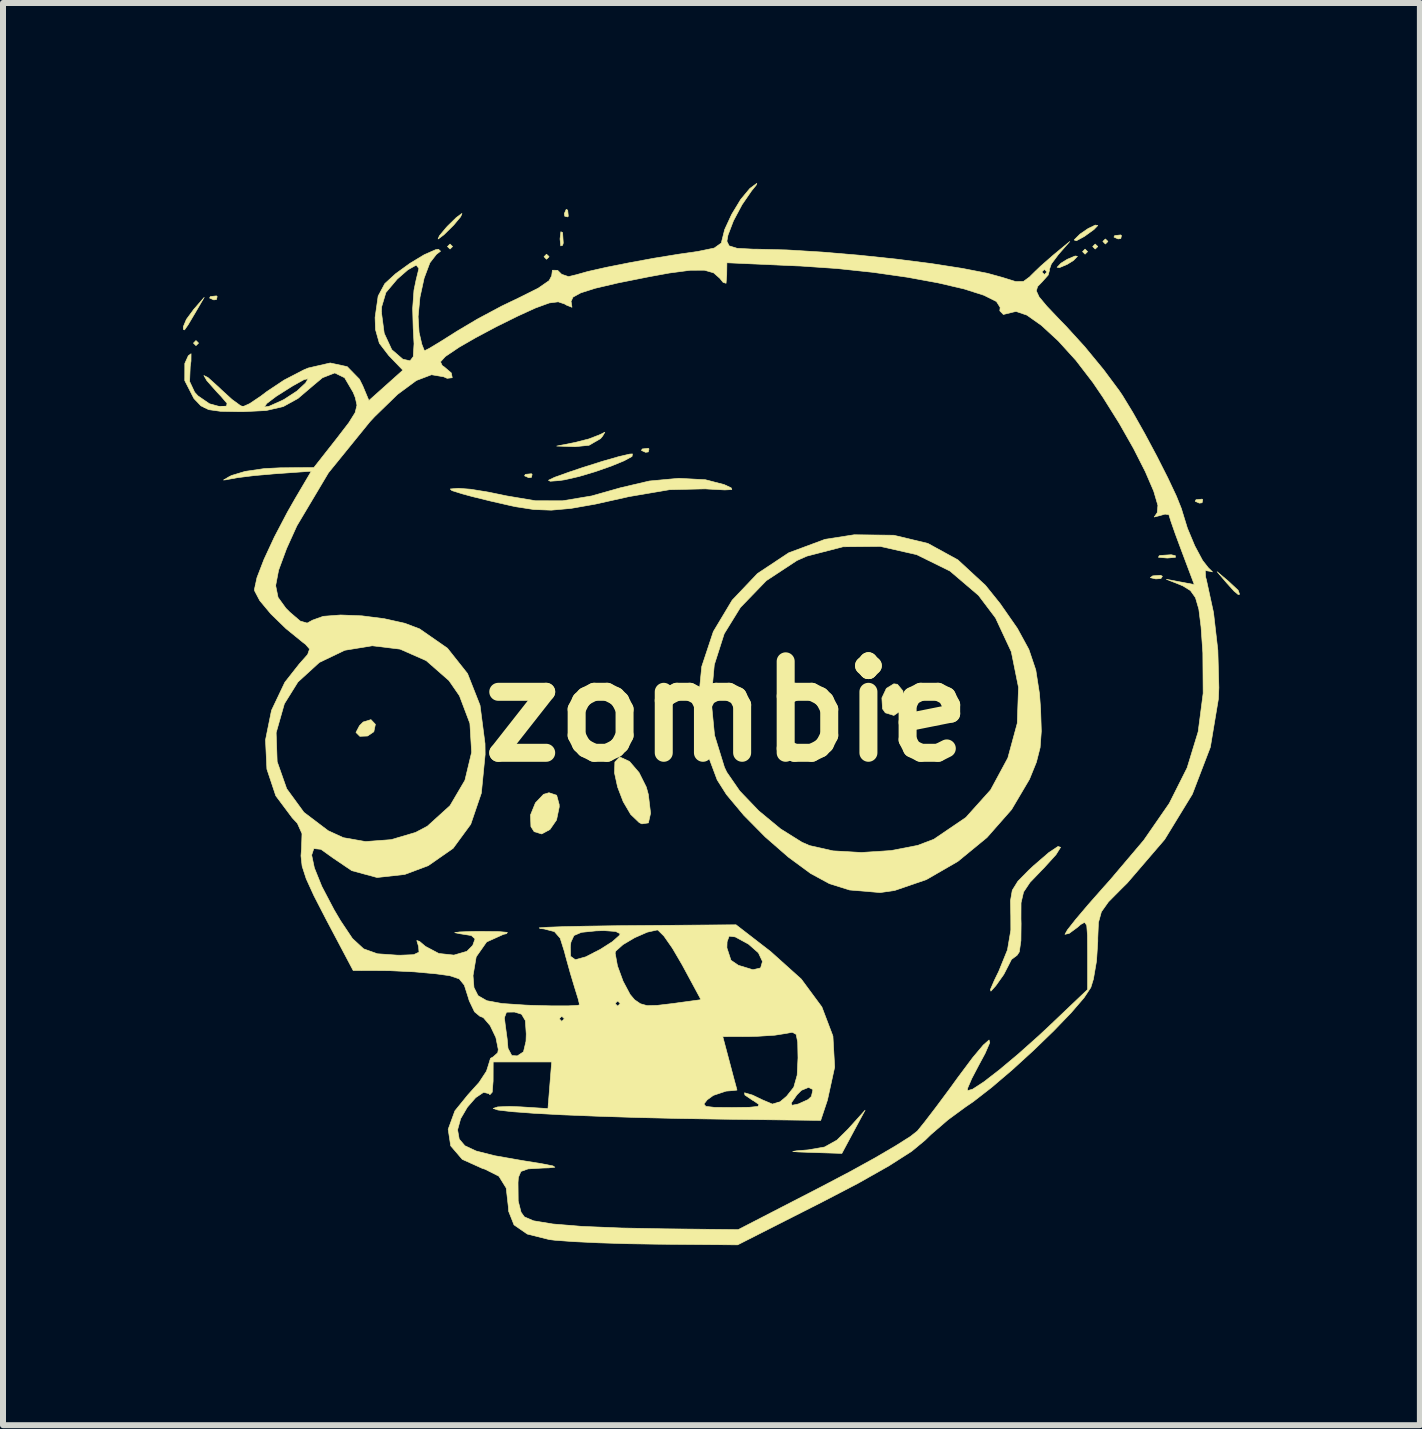
<source format=kicad_pcb>
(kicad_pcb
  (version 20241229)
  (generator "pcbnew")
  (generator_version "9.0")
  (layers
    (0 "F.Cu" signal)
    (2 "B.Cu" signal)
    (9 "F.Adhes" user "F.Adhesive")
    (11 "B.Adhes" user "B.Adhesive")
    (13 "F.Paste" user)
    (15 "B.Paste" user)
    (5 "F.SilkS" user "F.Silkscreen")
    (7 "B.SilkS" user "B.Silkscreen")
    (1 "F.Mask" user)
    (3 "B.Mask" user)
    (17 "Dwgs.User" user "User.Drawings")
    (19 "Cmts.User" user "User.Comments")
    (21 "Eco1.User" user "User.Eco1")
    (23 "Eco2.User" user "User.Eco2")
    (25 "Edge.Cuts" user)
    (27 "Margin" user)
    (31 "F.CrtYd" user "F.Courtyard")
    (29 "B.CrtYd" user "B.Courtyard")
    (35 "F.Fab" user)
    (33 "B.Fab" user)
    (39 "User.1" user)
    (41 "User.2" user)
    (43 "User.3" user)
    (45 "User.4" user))
  (footprint "zombie"
    (layer "F.Cu")
    (at 9.064 8.806)
    (property "Reference" "zombie" (at 0 0 0) (layer "F.SilkS") (effects (font (size 1.524 1.524) (thickness 0.3))))
    (attr through_hole)
    (fp_poly (pts (xy -8.805 -6.138) (xy -8.848 -6.096) (xy -8.89 -6.138) (xy -8.848 -6.181) (xy -8.805 -6.138)) (stroke (width 0.01) (type solid)) (fill yes) (layer "F.SilkS"))
    (fp_poly (pts (xy -4.572 -7.747) (xy -4.614 -7.705) (xy -4.657 -7.747) (xy -4.614 -7.789) (xy -4.572 -7.747)) (stroke (width 0.01) (type solid)) (fill yes) (layer "F.SilkS"))
    (fp_poly (pts (xy -2.963 -7.578) (xy -3.006 -7.535) (xy -3.048 -7.578) (xy -3.006 -7.62) (xy -2.963 -7.578)) (stroke (width 0.01) (type solid)) (fill yes) (layer "F.SilkS"))
    (fp_poly (pts (xy 6.011 -7.662) (xy 5.969 -7.62) (xy 5.927 -7.662) (xy 5.969 -7.705) (xy 6.011 -7.662)) (stroke (width 0.01) (type solid)) (fill yes) (layer "F.SilkS"))
    (fp_poly (pts (xy 6.181 -7.747) (xy 6.138 -7.705) (xy 6.096 -7.747) (xy 6.138 -7.789) (xy 6.181 -7.747)) (stroke (width 0.01) (type solid)) (fill yes) (layer "F.SilkS"))
    (fp_poly (pts (xy 6.35 -7.832) (xy 6.308 -7.789) (xy 6.265 -7.832) (xy 6.308 -7.874) (xy 6.35 -7.832)) (stroke (width 0.01) (type solid)) (fill yes) (layer "F.SilkS"))
    (fp_poly (pts (xy -8.495 -6.914) (xy -8.507 -6.864) (xy -8.551 -6.858) (xy -8.621 -6.889) (xy -8.608 -6.914) (xy -8.507 -6.925) (xy -8.495 -6.914)) (stroke (width 0.01) (type solid)) (fill yes) (layer "F.SilkS"))
    (fp_poly (pts (xy -3.246 -3.951) (xy -3.257 -3.901) (xy -3.302 -3.895) (xy -3.372 -3.926) (xy -3.358 -3.951) (xy -3.258 -3.961) (xy -3.246 -3.951)) (stroke (width 0.01) (type solid)) (fill yes) (layer "F.SilkS"))
    (fp_poly (pts (xy -2.738 -7.98) (xy -2.727 -7.806) (xy -2.738 -7.768) (xy -2.769 -7.758) (xy -2.781 -7.874) (xy -2.767 -7.994) (xy -2.738 -7.98)) (stroke (width 0.01) (type solid)) (fill yes) (layer "F.SilkS"))
    (fp_poly (pts (xy -2.653 -8.354) (xy -2.643 -8.253) (xy -2.653 -8.241) (xy -2.703 -8.253) (xy -2.709 -8.297) (xy -2.678 -8.367) (xy -2.653 -8.354)) (stroke (width 0.01) (type solid)) (fill yes) (layer "F.SilkS"))
    (fp_poly (pts (xy -1.298 -4.374) (xy -1.31 -4.324) (xy -1.355 -4.318) (xy -1.424 -4.349) (xy -1.411 -4.374) (xy -1.311 -4.385) (xy -1.298 -4.374)) (stroke (width 0.01) (type solid)) (fill yes) (layer "F.SilkS"))
    (fp_poly (pts (xy 6.576 -7.93) (xy 6.564 -7.88) (xy 6.519 -7.874) (xy 6.45 -7.905) (xy 6.463 -7.93) (xy 6.563 -7.941) (xy 6.576 -7.93)) (stroke (width 0.01) (type solid)) (fill yes) (layer "F.SilkS"))
    (fp_poly (pts (xy 7.258 -2.252) (xy 7.233 -2.214) (xy 7.147 -2.208) (xy 7.057 -2.229) (xy 7.096 -2.259) (xy 7.228 -2.269) (xy 7.258 -2.252)) (stroke (width 0.01) (type solid)) (fill yes) (layer "F.SilkS"))
    (fp_poly (pts (xy 7.93 -3.528) (xy 7.919 -3.477) (xy 7.874 -3.471) (xy 7.804 -3.502) (xy 7.818 -3.528) (xy 7.918 -3.538) (xy 7.93 -3.528)) (stroke (width 0.01) (type solid)) (fill yes) (layer "F.SilkS"))
    (fp_poly (pts (xy 8.361 -2.167) (xy 8.521 -2.017) (xy 8.544 -1.952) (xy 8.522 -1.947) (xy 8.453 -2.004) (xy 8.332 -2.138) (xy 8.17 -2.328) (xy 8.361 -2.167)) (stroke (width 0.01) (type solid)) (fill yes) (layer "F.SilkS"))
    (fp_poly (pts (xy -8.859 -6.646) (xy -8.98 -6.442) (xy -9.039 -6.358) (xy -9.058 -6.366) (xy -9.059 -6.411) (xy -9.008 -6.533) (xy -8.885 -6.7) (xy -8.711 -6.9) (xy -8.859 -6.646)) (stroke (width 0.01) (type solid)) (fill yes) (layer "F.SilkS"))
    (fp_poly (pts (xy 5.842 -7.584) (xy 5.777 -7.516) (xy 5.673 -7.451) (xy 5.542 -7.396) (xy 5.503 -7.402) (xy 5.568 -7.47) (xy 5.673 -7.535) (xy 5.804 -7.59) (xy 5.842 -7.584)) (stroke (width 0.01) (type solid)) (fill yes) (layer "F.SilkS"))
    (fp_poly (pts (xy 7.473 -2.596) (xy 7.476 -2.568) (xy 7.344 -2.556) (xy 7.324 -2.557) (xy 7.192 -2.569) (xy 7.205 -2.594) (xy 7.219 -2.599) (xy 7.404 -2.611) (xy 7.473 -2.596)) (stroke (width 0.01) (type solid)) (fill yes) (layer "F.SilkS"))
    (fp_poly (pts (xy -5.858 0.215) (xy -5.884 0.339) (xy -5.989 0.41) (xy -6.117 0.415) (xy -6.181 0.351) (xy -6.181 0.349) (xy -6.123 0.238) (xy -6.061 0.176) (xy -5.932 0.137) (xy -5.858 0.215)) (stroke (width 0.01) (type solid)) (fill yes) (layer "F.SilkS"))
    (fp_poly (pts (xy -2.07 -4.59) (xy -2.106 -4.546) (xy -2.298 -4.435) (xy -2.529 -4.412) (xy -2.836 -4.422) (xy -2.537 -4.481) (xy -2.3 -4.541) (xy -2.124 -4.609) (xy -2.114 -4.614) (xy -2.034 -4.653) (xy -2.07 -4.59)) (stroke (width 0.01) (type solid)) (fill yes) (layer "F.SilkS"))
    (fp_poly (pts (xy 2.842 -0.452) (xy 2.934 -0.341) (xy 2.944 -0.165) (xy 2.883 -0.002) (xy 2.783 0.067) (xy 2.64 0.023) (xy 2.593 -0.044) (xy 2.583 -0.225) (xy 2.658 -0.384) (xy 2.782 -0.46) (xy 2.842 -0.452)) (stroke (width 0.01) (type solid)) (fill yes) (layer "F.SilkS"))
    (fp_poly (pts (xy 6.181 -8.098) (xy 6.118 -8.032) (xy 5.966 -7.922) (xy 5.959 -7.917) (xy 5.825 -7.844) (xy 5.789 -7.856) (xy 5.794 -7.865) (xy 5.885 -7.955) (xy 6.021 -8.048) (xy 6.14 -8.105) (xy 6.181 -8.098)) (stroke (width 0.01) (type solid)) (fill yes) (layer "F.SilkS"))
    (fp_poly (pts (xy 2.109 7.006) (xy 1.916 7.366) (xy 1.445 7.351) (xy 1.19 7.342) (xy 1.097 7.334) (xy 1.158 7.323) (xy 1.355 7.307) (xy 1.626 7.26) (xy 1.833 7.145) (xy 2.019 6.961) (xy 2.303 6.646) (xy 2.109 7.006)) (stroke (width 0.01) (type solid)) (fill yes) (layer "F.SilkS"))
    (fp_poly (pts (xy -4.437 -8.244) (xy -4.546 -8.113) (xy -4.572 -8.086) (xy -4.717 -7.943) (xy -4.808 -7.875) (xy -4.813 -7.874) (xy -4.791 -7.927) (xy -4.682 -8.058) (xy -4.657 -8.086) (xy -4.512 -8.228) (xy -4.421 -8.296) (xy -4.415 -8.297) (xy -4.437 -8.244)) (stroke (width 0.01) (type solid)) (fill yes) (layer "F.SilkS"))
    (fp_poly (pts (xy -2.837 1.397) (xy -2.795 1.552) (xy -2.794 1.592) (xy -2.839 1.809) (xy -2.949 1.968) (xy -3.086 2.042) (xy -3.212 2.004) (xy -3.266 1.92) (xy -3.273 1.726) (xy -3.191 1.524) (xy -3.056 1.382) (xy -2.965 1.355) (xy -2.837 1.397)) (stroke (width 0.01) (type solid)) (fill yes) (layer "F.SilkS"))
    (fp_poly (pts (xy -1.622 0.835) (xy -1.464 1.019) (xy -1.343 1.261) (xy -1.309 1.384) (xy -1.272 1.696) (xy -1.308 1.858) (xy -1.417 1.874) (xy -1.461 1.853) (xy -1.603 1.717) (xy -1.728 1.504) (xy -1.822 1.259) (xy -1.873 1.024) (xy -1.867 0.844) (xy -1.792 0.763) (xy -1.778 0.762) (xy -1.622 0.835)) (stroke (width 0.01) (type solid)) (fill yes) (layer "F.SilkS"))
    (fp_poly (pts (xy -1.581 -4.249) (xy -1.713 -4.177) (xy -1.93 -4.088) (xy -2.193 -3.996) (xy -2.465 -3.915) (xy -2.705 -3.86) (xy -2.794 -3.847) (xy -2.944 -3.836) (xy -2.974 -3.852) (xy -2.873 -3.901) (xy -2.627 -3.989) (xy -2.413 -4.061) (xy -2.075 -4.168) (xy -1.796 -4.248) (xy -1.617 -4.289) (xy -1.574 -4.291) (xy -1.581 -4.249)) (stroke (width 0.01) (type solid)) (fill yes) (layer "F.SilkS"))
    (fp_poly (pts (xy 5.561 2.265) (xy 5.484 2.388) (xy 5.279 2.614) (xy 5.249 2.644) (xy 5.051 2.85) (xy 4.944 3.01) (xy 4.902 3.19) (xy 4.901 3.458) (xy 4.903 3.535) (xy 4.9 3.82) (xy 4.873 4.008) (xy 4.836 4.064) (xy 4.743 4.133) (xy 4.703 4.212) (xy 4.615 4.383) (xy 4.481 4.572) (xy 4.4 4.662) (xy 4.391 4.637) (xy 4.457 4.483) (xy 4.531 4.331) (xy 4.676 3.974) (xy 4.732 3.644) (xy 4.731 3.411) (xy 4.726 3.155) (xy 4.756 2.981) (xy 4.849 2.831) (xy 5.031 2.646) (xy 5.115 2.568) (xy 5.368 2.35) (xy 5.519 2.25) (xy 5.561 2.265)) (stroke (width 0.01) (type solid)) (fill yes) (layer "F.SilkS"))
    (fp_poly (pts (xy -0.357 -3.861) (xy -0.045 -3.78) (xy 0.072 -3.725) (xy 0.082 -3.697) (xy -0.036 -3.691) (xy -0.301 -3.705) (xy -0.361 -3.709) (xy -0.957 -3.695) (xy -1.638 -3.579) (xy -1.671 -3.571) (xy -2.196 -3.454) (xy -2.6 -3.383) (xy -2.927 -3.354) (xy -3.219 -3.365) (xy -3.518 -3.411) (xy -3.598 -3.428) (xy -3.931 -3.504) (xy -4.244 -3.581) (xy -4.403 -3.624) (xy -4.583 -3.68) (xy -4.61 -3.707) (xy -4.494 -3.717) (xy -4.471 -3.718) (xy -4.273 -3.703) (xy -3.977 -3.655) (xy -3.667 -3.591) (xy -3.192 -3.511) (xy -2.74 -3.51) (xy -2.253 -3.591) (xy -1.77 -3.728) (xy -1.291 -3.84) (xy -0.801 -3.885) (xy -0.357 -3.861)) (stroke (width 0.01) (type solid)) (fill yes) (layer "F.SilkS"))
    (fp_poly (pts (xy 2.781 -2.936) (xy 3.349 -2.8) (xy 3.849 -2.526) (xy 4.309 -2.101) (xy 4.552 -1.799) (xy 4.841 -1.384) (xy 5.032 -1.034) (xy 5.148 -0.69) (xy 5.209 -0.298) (xy 5.228 -0.042) (xy 5.24 0.33) (xy 5.22 0.603) (xy 5.158 0.846) (xy 5.044 1.127) (xy 5.043 1.13) (xy 4.744 1.636) (xy 4.334 2.102) (xy 3.849 2.5) (xy 3.324 2.803) (xy 2.796 2.984) (xy 2.555 3.019) (xy 2.044 2.976) (xy 1.709 2.871) (xy 1.394 2.7) (xy 1.023 2.427) (xy 0.639 2.092) (xy 0.282 1.731) (xy -0.008 1.384) (xy -0.162 1.141) (xy -0.399 0.508) (xy -0.481 -0.128) (xy -0.474 -0.193) (xy -0.263 -0.193) (xy -0.206 0.397) (xy -0.041 0.931) (xy -0.002 1.013) (xy 0.214 1.326) (xy 0.531 1.657) (xy 0.895 1.958) (xy 1.25 2.18) (xy 1.378 2.236) (xy 1.768 2.324) (xy 2.242 2.351) (xy 2.734 2.319) (xy 3.179 2.233) (xy 3.448 2.131) (xy 3.982 1.768) (xy 4.395 1.308) (xy 4.682 0.776) (xy 4.839 0.198) (xy 4.86 -0.4) (xy 4.74 -0.994) (xy 4.477 -1.558) (xy 4.193 -1.934) (xy 3.718 -2.339) (xy 3.162 -2.613) (xy 2.557 -2.75) (xy 1.936 -2.744) (xy 1.333 -2.588) (xy 1.166 -2.514) (xy 0.657 -2.179) (xy 0.225 -1.732) (xy -0.045 -1.294) (xy -0.21 -0.777) (xy -0.263 -0.193) (xy -0.474 -0.193) (xy -0.419 -0.748) (xy -0.226 -1.33) (xy 0.088 -1.854) (xy 0.51 -2.298) (xy 1.03 -2.643) (xy 1.635 -2.868) (xy 2.122 -2.944) (xy 2.781 -2.936)) (stroke (width 0.01) (type solid)) (fill yes) (layer "F.SilkS"))
    (fp_poly (pts (xy 0.487 -8.769) (xy 0.412 -8.677) (xy 0.252 -8.444) (xy 0.109 -8.176) (xy 0.018 -7.938) (xy 0 -7.836) (xy 0.037 -7.759) (xy 0.17 -7.718) (xy 0.434 -7.704) (xy 0.487 -7.704) (xy 0.996 -7.691) (xy 1.577 -7.656) (xy 2.195 -7.604) (xy 2.816 -7.539) (xy 3.404 -7.464) (xy 3.924 -7.383) (xy 4.34 -7.302) (xy 4.59 -7.233) (xy 4.812 -7.164) (xy 4.943 -7.166) (xy 5.047 -7.243) (xy 5.067 -7.264) (xy 5.128 -7.324) (xy 5.249 -7.324) (xy 5.292 -7.281) (xy 5.334 -7.324) (xy 5.292 -7.366) (xy 5.249 -7.324) (xy 5.128 -7.324) (xy 5.228 -7.42) (xy 5.436 -7.602) (xy 5.461 -7.623) (xy 5.715 -7.832) (xy 5.524 -7.614) (xy 5.407 -7.457) (xy 5.372 -7.358) (xy 5.376 -7.352) (xy 5.354 -7.271) (xy 5.251 -7.156) (xy 5.178 -7.081) (xy 5.157 -7.008) (xy 5.203 -6.908) (xy 5.332 -6.753) (xy 5.559 -6.514) (xy 5.653 -6.418) (xy 5.962 -6.079) (xy 6.275 -5.699) (xy 6.537 -5.347) (xy 6.592 -5.266) (xy 6.766 -4.98) (xy 6.964 -4.629) (xy 7.165 -4.253) (xy 7.348 -3.892) (xy 7.492 -3.586) (xy 7.576 -3.376) (xy 7.585 -3.344) (xy 7.674 -3.055) (xy 7.797 -2.76) (xy 7.927 -2.517) (xy 8.023 -2.394) (xy 8.093 -2.325) (xy 8.051 -2.335) (xy 7.972 -2.348) (xy 7.978 -2.239) (xy 7.991 -2.193) (xy 8.11 -1.646) (xy 8.182 -1.018) (xy 8.199 -0.396) (xy 8.191 -0.208) (xy 8.057 0.596) (xy 7.757 1.379) (xy 7.295 2.135) (xy 6.673 2.859) (xy 6.571 2.96) (xy 6.358 3.175) (xy 6.241 3.34) (xy 6.192 3.518) (xy 6.181 3.775) (xy 6.181 3.83) (xy 6.16 4.158) (xy 6.108 4.462) (xy 6.065 4.601) (xy 5.952 4.772) (xy 5.736 5.023) (xy 5.445 5.325) (xy 5.108 5.651) (xy 4.753 5.975) (xy 4.409 6.268) (xy 4.104 6.505) (xy 3.979 6.59) (xy 3.686 6.805) (xy 3.397 7.054) (xy 3.304 7.145) (xy 3.079 7.331) (xy 2.701 7.573) (xy 2.179 7.868) (xy 1.595 8.172) (xy 0.179 8.89) (xy -1.159 8.879) (xy -1.661 8.871) (xy -2.142 8.856) (xy -2.559 8.836) (xy -2.868 8.813) (xy -2.959 8.802) (xy -3.327 8.71) (xy -3.548 8.557) (xy -3.638 8.329) (xy -3.642 8.26) (xy -3.678 7.943) (xy -3.8 7.746) (xy -4.032 7.629) (xy -4.071 7.618) (xy -4.41 7.465) (xy -4.603 7.24) (xy -4.645 6.964) (xy -4.533 6.657) (xy -4.318 6.392) (xy -4.13 6.183) (xy -4.007 5.996) (xy -3.979 5.909) (xy -3.94 5.782) (xy -3.895 5.757) (xy -3.819 5.689) (xy -3.81 5.634) (xy -3.85 5.435) (xy -3.945 5.236) (xy -4.058 5.104) (xy -3.708 5.104) (xy -3.694 5.222) (xy -3.662 5.457) (xy -3.648 5.615) (xy -3.585 5.735) (xy -3.493 5.741) (xy -3.39 5.673) (xy -3.348 5.497) (xy -3.344 5.375) (xy -3.359 5.152) (xy -3.377 5.122) (xy -2.794 5.122) (xy -2.752 5.165) (xy -2.709 5.122) (xy -2.752 5.08) (xy -2.794 5.122) (xy -3.377 5.122) (xy -3.422 5.046) (xy -3.539 5.01) (xy -3.673 5.012) (xy -3.708 5.104) (xy -4.058 5.104) (xy -4.06 5.102) (xy -4.117 5.08) (xy -4.206 5.006) (xy -4.294 4.822) (xy -4.315 4.753) (xy -4.376 4.562) (xy -4.461 4.457) (xy -4.621 4.404) (xy -4.847 4.373) (xy -5.212 4.34) (xy -5.611 4.321) (xy -5.76 4.319) (xy -6.228 4.318) (xy -6.68 3.464) (xy -6.882 3.072) (xy -7.011 2.789) (xy -7.079 2.579) (xy -7.098 2.407) (xy -7.089 2.285) (xy -7.081 2.037) (xy -7.158 1.865) (xy -7.243 1.774) (xy -7.518 1.406) (xy -7.666 0.962) (xy -7.689 0.476) (xy -7.665 0.355) (xy -7.512 0.355) (xy -7.495 0.837) (xy -7.336 1.289) (xy -7.049 1.682) (xy -6.645 1.988) (xy -6.392 2.104) (xy -6.022 2.169) (xy -5.596 2.137) (xy -5.189 2.017) (xy -4.992 1.913) (xy -4.614 1.57) (xy -4.366 1.148) (xy -4.254 0.681) (xy -4.283 0.2) (xy -4.457 -0.261) (xy -4.632 -0.514) (xy -5.011 -0.846) (xy -5.447 -1.038) (xy -5.91 -1.094) (xy -6.368 -1.019) (xy -6.792 -0.816) (xy -7.149 -0.49) (xy -7.375 -0.127) (xy -7.512 0.355) (xy -7.665 0.355) (xy -7.589 -0.018) (xy -7.367 -0.485) (xy -7.128 -0.789) (xy -6.987 -0.948) (xy -6.955 -1.04) (xy -7.022 -1.118) (xy -7.058 -1.144) (xy -7.348 -1.38) (xy -7.601 -1.626) (xy -7.786 -1.848) (xy -7.872 -2.012) (xy -7.874 -2.033) (xy -7.86 -2.097) (xy -7.52 -2.097) (xy -7.48 -1.9) (xy -7.35 -1.72) (xy -7.284 -1.654) (xy -7.111 -1.506) (xy -6.995 -1.472) (xy -6.903 -1.522) (xy -6.727 -1.585) (xy -6.437 -1.607) (xy -6.082 -1.593) (xy -5.709 -1.545) (xy -5.368 -1.469) (xy -5.122 -1.376) (xy -4.657 -1.053) (xy -4.322 -0.63) (xy -4.114 -0.102) (xy -4.031 0.538) (xy -4.029 0.718) (xy -4.092 1.361) (xy -4.269 1.881) (xy -4.563 2.282) (xy -4.978 2.571) (xy -5.369 2.717) (xy -5.83 2.768) (xy -6.251 2.654) (xy -6.563 2.443) (xy -6.766 2.298) (xy -6.884 2.286) (xy -6.92 2.394) (xy -6.875 2.608) (xy -6.751 2.916) (xy -6.548 3.303) (xy -6.439 3.488) (xy -6.241 3.784) (xy -6.054 3.957) (xy -5.824 4.039) (xy -5.496 4.062) (xy -5.442 4.063) (xy -5.22 4.054) (xy -5.131 4.012) (xy -5.138 3.921) (xy -5.139 3.916) (xy -5.168 3.818) (xy -5.122 3.833) (xy -5.024 3.916) (xy -4.801 4.034) (xy -4.549 4.061) (xy -4.333 3.998) (xy -4.236 3.9) (xy -4.197 3.791) (xy -4.259 3.735) (xy -4.455 3.704) (xy -4.466 3.702) (xy -4.536 3.687) (xy -4.455 3.675) (xy -4.242 3.667) (xy -4.106 3.666) (xy -3.806 3.669) (xy -3.659 3.682) (xy -3.671 3.704) (xy -3.723 3.715) (xy -4.004 3.842) (xy -4.178 4.09) (xy -4.231 4.403) (xy -4.215 4.602) (xy -4.147 4.737) (xy -4.001 4.821) (xy -3.747 4.868) (xy -3.358 4.894) (xy -3.263 4.898) (xy -2.917 4.907) (xy -2.645 4.907) (xy -2.484 4.898) (xy -2.455 4.889) (xy -2.46 4.868) (xy -1.863 4.868) (xy -1.82 4.911) (xy -1.778 4.868) (xy -1.82 4.826) (xy -1.863 4.868) (xy -2.46 4.868) (xy -2.479 4.79) (xy -2.536 4.606) (xy -2.61 4.36) (xy -2.692 4.065) (xy -2.707 4.005) (xy -2.735 3.916) (xy -2.609 3.916) (xy -2.605 4.081) (xy -2.526 4.138) (xy -2.352 4.09) (xy -2.225 4.025) (xy -1.863 4.025) (xy -1.824 4.24) (xy -1.73 4.497) (xy -1.613 4.717) (xy -1.539 4.805) (xy -1.441 4.872) (xy -1.331 4.903) (xy -1.162 4.899) (xy -0.883 4.866) (xy -0.821 4.857) (xy -0.432 4.804) (xy -0.745 4.224) (xy -0.906 3.949) (xy -0.912 3.94) (xy 0 3.94) (xy 0.068 4.147) (xy 0.191 4.231) (xy 0.434 4.305) (xy 0.562 4.275) (xy 0.593 4.167) (xy 0.525 4.023) (xy 0.361 3.879) (xy 0.347 3.871) (xy 0.139 3.758) (xy 0.037 3.745) (xy 0.003 3.84) (xy 0 3.94) (xy -0.912 3.94) (xy -1.049 3.744) (xy -1.148 3.646) (xy -1.161 3.642) (xy -1.327 3.679) (xy -1.537 3.771) (xy -1.731 3.886) (xy -1.85 3.992) (xy -1.863 4.025) (xy -2.225 4.025) (xy -2.107 3.964) (xy -1.908 3.837) (xy -1.791 3.733) (xy -1.778 3.705) (xy -1.854 3.667) (xy -2.046 3.653) (xy -2.18 3.657) (xy -2.425 3.682) (xy -2.549 3.735) (xy -2.599 3.844) (xy -2.609 3.916) (xy -2.735 3.916) (xy -2.778 3.78) (xy -2.874 3.67) (xy -3.047 3.625) (xy -3.113 3.618) (xy -3.128 3.607) (xy -2.992 3.597) (xy -2.724 3.587) (xy -2.346 3.579) (xy -1.874 3.572) (xy -1.639 3.57) (xy 0.152 3.556) (xy 0.729 4.002) (xy 1.239 4.46) (xy 1.583 4.926) (xy 1.767 5.411) (xy 1.796 5.928) (xy 1.676 6.477) (xy 1.563 6.816) (xy -0.044 6.796) (xy -0.8 6.784) (xy -1.515 6.767) (xy -2.169 6.746) (xy -2.744 6.723) (xy -3.222 6.697) (xy -3.586 6.67) (xy -3.816 6.643) (xy -3.895 6.616) (xy -3.819 6.591) (xy -3.622 6.583) (xy -3.438 6.59) (xy -2.982 6.619) (xy -2.976 6.543) (xy -0.383 6.543) (xy -0.351 6.582) (xy -0.204 6.599) (xy 0.083 6.601) (xy 0.088 6.601) (xy 0.376 6.597) (xy 0.517 6.583) (xy 0.535 6.551) (xy 0.451 6.493) (xy 0.423 6.477) (xy 0.3 6.393) (xy 0.294 6.356) (xy 0.296 6.356) (xy 0.427 6.394) (xy 0.593 6.474) (xy 0.758 6.544) (xy 0.814 6.527) (xy 1.072 6.527) (xy 1.086 6.564) (xy 1.189 6.543) (xy 1.351 6.47) (xy 1.408 6.417) (xy 1.434 6.302) (xy 1.361 6.266) (xy 1.241 6.315) (xy 1.167 6.39) (xy 1.072 6.527) (xy 0.814 6.527) (xy 0.886 6.506) (xy 0.995 6.414) (xy 1.114 6.264) (xy 1.171 6.063) (xy 1.185 5.775) (xy 1.18 5.512) (xy 1.154 5.382) (xy 1.09 5.347) (xy 0.995 5.365) (xy 0.799 5.396) (xy 0.517 5.414) (xy 0.367 5.418) (xy -0.069 5.419) (xy 0.049 5.863) (xy 0.114 6.109) (xy 0.158 6.271) (xy 0.168 6.311) (xy 0.098 6.319) (xy -0.014 6.328) (xy -0.226 6.399) (xy -0.328 6.473) (xy -0.383 6.543) (xy -2.976 6.543) (xy -2.92 5.842) (xy -3.895 5.842) (xy -3.896 6.16) (xy -3.911 6.346) (xy -3.95 6.388) (xy -3.965 6.37) (xy -4.055 6.348) (xy -4.187 6.437) (xy -4.326 6.597) (xy -4.437 6.787) (xy -4.487 6.968) (xy -4.487 6.981) (xy -4.461 7.127) (xy -4.367 7.238) (xy -4.179 7.326) (xy -3.872 7.404) (xy -3.422 7.483) (xy -3.411 7.485) (xy -3.077 7.539) (xy -2.9 7.574) (xy -2.867 7.596) (xy -2.967 7.607) (xy -3.069 7.61) (xy -3.313 7.624) (xy -3.433 7.667) (xy -3.475 7.767) (xy -3.481 7.853) (xy -3.478 8.159) (xy -3.43 8.347) (xy -3.375 8.424) (xy -3.223 8.489) (xy -2.903 8.542) (xy -2.417 8.582) (xy -1.767 8.609) (xy -1.027 8.623) (xy 0.189 8.636) (xy 1.597 7.91) (xy 2.055 7.669) (xy 2.47 7.44) (xy 2.813 7.239) (xy 3.058 7.084) (xy 3.175 6.992) (xy 3.297 6.841) (xy 3.487 6.593) (xy 3.713 6.289) (xy 3.844 6.108) (xy 4.095 5.772) (xy 4.272 5.561) (xy 4.369 5.476) (xy 4.381 5.52) (xy 4.304 5.698) (xy 4.199 5.893) (xy 4.081 6.118) (xy 4.013 6.276) (xy 4.007 6.321) (xy 4.095 6.296) (xy 4.282 6.174) (xy 4.543 5.972) (xy 4.856 5.71) (xy 5.197 5.406) (xy 5.378 5.237) (xy 6.011 4.635) (xy 6.011 4.04) (xy 6.009 3.732) (xy 5.997 3.566) (xy 5.962 3.514) (xy 5.896 3.551) (xy 5.841 3.599) (xy 5.705 3.699) (xy 5.634 3.715) (xy 5.674 3.643) (xy 5.81 3.47) (xy 6.022 3.22) (xy 6.29 2.916) (xy 6.387 2.808) (xy 6.948 2.146) (xy 7.372 1.533) (xy 7.67 0.94) (xy 7.854 0.338) (xy 7.937 -0.302) (xy 7.932 -0.974) (xy 7.902 -1.408) (xy 7.865 -1.704) (xy 7.809 -1.896) (xy 7.725 -2.014) (xy 7.601 -2.091) (xy 7.549 -2.113) (xy 7.324 -2.202) (xy 7.556 -2.158) (xy 7.789 -2.114) (xy 7.578 -2.675) (xy 7.473 -2.958) (xy 7.398 -3.173) (xy 7.366 -3.277) (xy 7.366 -3.279) (xy 7.301 -3.288) (xy 7.218 -3.264) (xy 7.122 -3.24) (xy 7.166 -3.304) (xy 7.171 -3.31) (xy 7.183 -3.433) (xy 7.113 -3.671) (xy 6.973 -3.996) (xy 6.777 -4.382) (xy 6.538 -4.803) (xy 6.268 -5.234) (xy 6.099 -5.483) (xy 5.817 -5.85) (xy 5.523 -6.174) (xy 5.242 -6.433) (xy 5 -6.604) (xy 4.821 -6.665) (xy 4.784 -6.658) (xy 4.607 -6.615) (xy 4.548 -6.676) (xy 4.554 -6.733) (xy 4.492 -6.831) (xy 4.284 -6.935) (xy 3.952 -7.041) (xy 3.519 -7.142) (xy 3.007 -7.236) (xy 2.439 -7.317) (xy 1.837 -7.381) (xy 1.224 -7.423) (xy 1.164 -7.425) (xy 0 -7.477) (xy -0.003 -7.273) (xy -0.014 -7.135) (xy -0.063 -7.15) (xy -0.118 -7.218) (xy -0.221 -7.309) (xy -0.375 -7.353) (xy -0.611 -7.352) (xy -0.959 -7.306) (xy -1.294 -7.245) (xy -1.819 -7.14) (xy -2.194 -7.052) (xy -2.436 -6.975) (xy -2.565 -6.904) (xy -2.598 -6.831) (xy -2.593 -6.812) (xy -2.582 -6.735) (xy -2.673 -6.771) (xy -2.702 -6.789) (xy -2.811 -6.826) (xy -2.961 -6.807) (xy -3.191 -6.723) (xy -3.484 -6.589) (xy -3.84 -6.413) (xy -4.191 -6.226) (xy -4.465 -6.068) (xy -4.481 -6.057) (xy -4.692 -5.915) (xy -4.773 -5.826) (xy -4.744 -5.763) (xy -4.713 -5.743) (xy -4.593 -5.641) (xy -4.577 -5.561) (xy -4.662 -5.551) (xy -4.721 -5.577) (xy -4.923 -5.611) (xy -5.175 -5.515) (xy -5.488 -5.284) (xy -5.871 -4.912) (xy -5.95 -4.827) (xy -6.64 -3.977) (xy -7.167 -3.092) (xy -7.338 -2.714) (xy -7.471 -2.354) (xy -7.52 -2.097) (xy -7.86 -2.097) (xy -7.832 -2.228) (xy -7.715 -2.532) (xy -7.541 -2.907) (xy -7.325 -3.319) (xy -7.195 -3.547) (xy -6.926 -4.003) (xy -7.548 -3.959) (xy -7.879 -3.93) (xy -8.16 -3.895) (xy -8.334 -3.863) (xy -8.34 -3.861) (xy -8.389 -3.856) (xy -8.3 -3.909) (xy -8.255 -3.932) (xy -8.029 -4) (xy -7.708 -4.047) (xy -7.442 -4.06) (xy -6.883 -4.064) (xy -6.498 -4.554) (xy -6.302 -4.809) (xy -6.196 -4.978) (xy -6.165 -5.103) (xy -6.193 -5.23) (xy -6.228 -5.317) (xy -6.371 -5.561) (xy -6.535 -5.641) (xy -6.74 -5.561) (xy -6.885 -5.44) (xy -7.149 -5.215) (xy -7.394 -5.08) (xy -7.68 -5.014) (xy -8.067 -4.995) (xy -8.116 -4.995) (xy -8.436 -5.001) (xy -8.636 -5.029) (xy -8.726 -5.073) (xy -7.71 -5.073) (xy -7.63 -5.085) (xy -7.418 -5.18) (xy -7.377 -5.201) (xy -7.165 -5.339) (xy -7.021 -5.473) (xy -6.979 -5.545) (xy -7.048 -5.529) (xy -7.239 -5.423) (xy -7.508 -5.253) (xy -7.667 -5.133) (xy -7.71 -5.073) (xy -8.726 -5.073) (xy -8.766 -5.093) (xy -8.874 -5.206) (xy -8.884 -5.218) (xy -9.035 -5.513) (xy -9.034 -5.799) (xy -8.976 -5.927) (xy -8.93 -5.961) (xy -8.931 -5.839) (xy -8.944 -5.746) (xy -8.954 -5.498) (xy -8.87 -5.319) (xy -8.815 -5.259) (xy -8.623 -5.127) (xy -8.451 -5.08) (xy -8.339 -5.088) (xy -8.33 -5.134) (xy -8.432 -5.253) (xy -8.493 -5.317) (xy -8.667 -5.513) (xy -8.716 -5.598) (xy -8.648 -5.564) (xy -8.471 -5.405) (xy -8.433 -5.368) (xy -8.248 -5.199) (xy -8.105 -5.095) (xy -8.063 -5.08) (xy -7.954 -5.129) (xy -7.769 -5.253) (xy -7.669 -5.329) (xy -7.379 -5.522) (xy -7.053 -5.691) (xy -6.977 -5.723) (xy -6.611 -5.807) (xy -6.328 -5.746) (xy -6.124 -5.537) (xy -6.069 -5.427) (xy -5.966 -5.181) (xy -5.683 -5.434) (xy -5.4 -5.687) (xy -5.635 -5.931) (xy -5.792 -6.136) (xy -5.856 -6.363) (xy -5.863 -6.565) (xy -5.851 -6.649) (xy -5.757 -6.649) (xy -5.711 -6.301) (xy -5.585 -6.029) (xy -5.401 -5.87) (xy -5.28 -5.843) (xy -5.227 -5.912) (xy -5.214 -6.126) (xy -5.228 -6.385) (xy -5.237 -6.717) (xy -5.215 -7.02) (xy -5.18 -7.189) (xy -5.133 -7.381) (xy -5.177 -7.438) (xy -5.316 -7.36) (xy -5.494 -7.205) (xy -5.683 -6.981) (xy -5.754 -6.742) (xy -5.757 -6.649) (xy -5.851 -6.649) (xy -5.812 -6.922) (xy -5.701 -7.129) (xy -5.521 -7.294) (xy -5.284 -7.466) (xy -5.044 -7.611) (xy -4.856 -7.694) (xy -4.807 -7.702) (xy -4.772 -7.67) (xy -4.841 -7.617) (xy -4.95 -7.476) (xy -5.046 -7.22) (xy -5.115 -6.903) (xy -5.146 -6.58) (xy -5.13 -6.318) (xy -5.084 -6.119) (xy -5.043 -6.015) (xy -5.037 -6.011) (xy -4.953 -6.054) (xy -4.768 -6.166) (xy -4.519 -6.323) (xy -4.509 -6.33) (xy -4.157 -6.539) (xy -3.749 -6.757) (xy -3.449 -6.901) (xy -3.145 -7.053) (xy -2.963 -7.179) (xy -2.92 -7.26) (xy -2.908 -7.353) (xy -2.821 -7.351) (xy -2.754 -7.285) (xy -2.639 -7.246) (xy -2.507 -7.278) (xy -2.319 -7.331) (xy -2.009 -7.401) (xy -1.621 -7.478) (xy -1.202 -7.555) (xy -0.795 -7.621) (xy -0.487 -7.665) (xy -0.211 -7.722) (xy -0.092 -7.807) (xy -0.085 -7.84) (xy -0.037 -8.031) (xy 0.08 -8.284) (xy 0.231 -8.533) (xy 0.379 -8.711) (xy 0.396 -8.725) (xy 0.499 -8.801) (xy 0.487 -8.769)) (stroke (width 0.01) (type solid)) (fill yes) (layer "F.SilkS")))
  (gr_rect
    (start -3 -3)
    (end 20.613 20.701)
    (stroke (width 0.1) (type default))
    (fill no)
    (layer "Edge.Cuts")))
</source>
